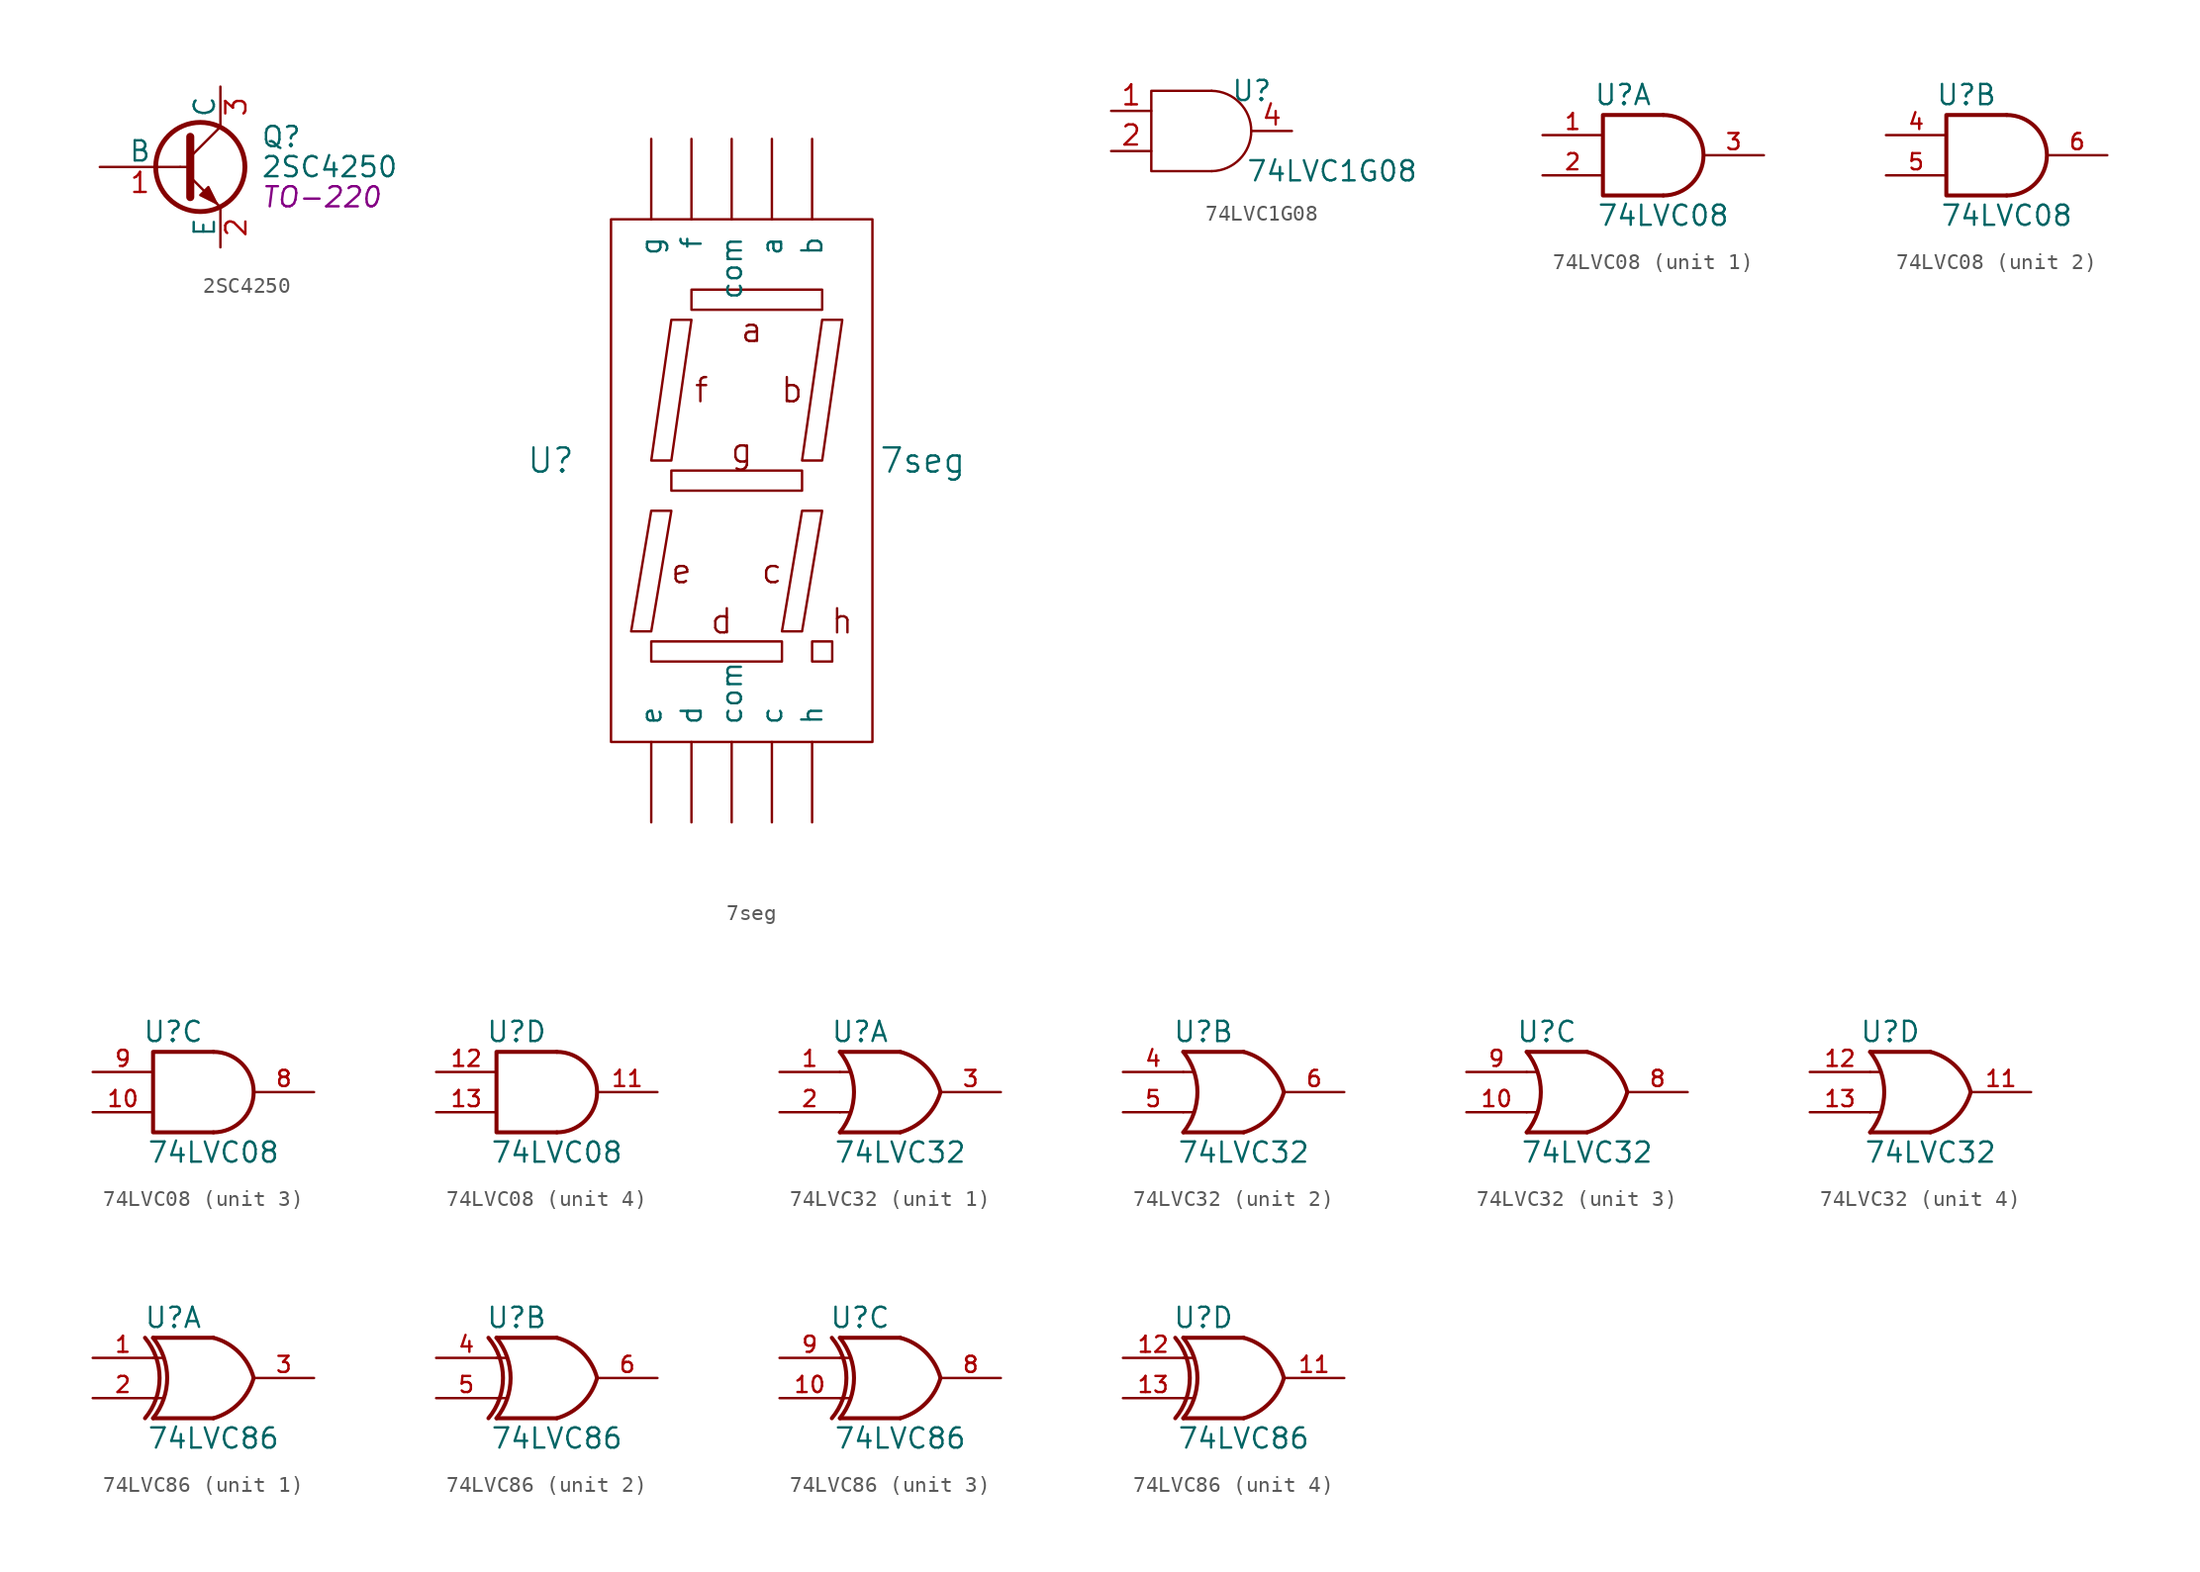
<source format=kicad_sym>
(kicad_symbol_lib
  (version 20231120)
  (generator "kicad_symbol_editor")
  (generator_version "8.0")
  (symbol "2SC4250"
    (pin_names
      (offset 0))
    (property "Reference" "Q"
      (at 5.08 1.905 0)
      (effects (font (size 1.27 1.27)) (justify left)))
    (property "Value" "2SC4250"
      (at 5.08 0 0)
      (effects (font (size 1.27 1.27)) (justify left)))
    (property "Footprint" "TO-220"
      (at 5.08 -1.905 0)
      (effects (font (size 1.27 1.27) (italic yes)) (justify left)))
    (property "Datasheet" ""
      (at 0 0 0)
      (effects (font (size 1.27 1.27)) (justify left)))
    (symbol "2SC4250_0_1"
      (polyline (pts (xy 0 0) (xy 0.635 0)) (stroke (width 0) (type default)) (fill (type none)))
      (polyline (pts (xy 2.54 2.54) (xy 0.635 0.635)) (stroke (width 0) (type default)) (fill (type none)))
      (polyline (pts (xy 0.635 1.905) (xy 0.635 -1.905) (xy 0.635 -1.905)) (stroke (width 0.508) (type default)) (fill (type none)))
      (polyline (pts (xy 2.286 -2.286) (xy 1.778 -1.778) (xy 1.778 -1.778)) (stroke (width 0) (type default)) (fill (type none)))
      (polyline (pts (xy 2.54 -2.54) (xy 0.635 -0.635) (xy 1.27 -1.27)) (stroke (width 0) (type default)) (fill (type outline)))
      (polyline (pts (xy 1.27 -1.778) (xy 1.778 -1.27) (xy 2.286 -2.286) (xy 1.27 -1.778) (xy 1.27 -1.778)) (stroke (width 0) (type default)) (fill (type outline)))
      (circle (center 1.27 0) (radius 2.819) (stroke (width 0.305) (type default)) (fill (type none))))
    (symbol "2SC4250_1_1"
      (pin input line (at -5.08 0 0) (length 5.08) (name "B" (effects (font (size 1.27 1.27)))) (number "1" (effects (font (size 1.27 1.27)))))
      (pin passive line (at 2.54 -5.08 90) (length 2.54) (name "E" (effects (font (size 1.27 1.27)))) (number "2" (effects (font (size 1.27 1.27)))))
      (pin passive line (at 2.54 5.08 270) (length 2.54) (name "C" (effects (font (size 1.27 1.27)))) (number "3" (effects (font (size 1.27 1.27)))))))
  (symbol "7seg"
    (pin_names
      (offset 1.016))
    (property "Reference" "U"
      (at -11.43 1.27 0)
      (effects (font (size 1.524 1.524))))
    (property "Value" "7seg"
      (at 12.065 1.27 0)
      (effects (font (size 1.524 1.524))))
    (property "Footprint" ""
      (at 0 0 0)
      (effects (font (size 1.524 1.524))))
    (property "Datasheet" ""
      (at 0 0 0)
      (effects (font (size 1.524 1.524))))
    (symbol "7seg_0_0"
      (text "a" (at 1.27 9.525 0) (effects (font (size 1.524 1.524))))
      (text "b" (at 3.81 5.715 0) (effects (font (size 1.524 1.524))))
      (text "c" (at 2.54 -5.715 0) (effects (font (size 1.524 1.524))))
      (text "d" (at -0.635 -8.89 0) (effects (font (size 1.524 1.524))))
      (text "e" (at -3.175 -5.715 0) (effects (font (size 1.524 1.524))))
      (text "f" (at -1.905 5.715 0) (effects (font (size 1.524 1.524))))
      (text "g" (at 0.635 1.905 0) (effects (font (size 1.524 1.524))))
      (text "h" (at 6.985 -8.89 0) (effects (font (size 1.524 1.524)))))
    (symbol "7seg_0_1"
      (rectangle (start -7.62 16.51) (end 8.89 -16.51) (stroke (width 0) (type default)) (fill (type none)))
      (polyline (pts (xy -5.08 -10.16) (xy -5.08 -11.43) (xy 3.175 -11.43) (xy 3.175 -10.16) (xy -5.08 -10.16)) (stroke (width 0) (type default)) (fill (type none)))
      (polyline (pts (xy -5.08 -1.905) (xy -3.81 -1.905) (xy -5.08 -9.525) (xy -6.35 -9.525) (xy -5.08 -1.905)) (stroke (width 0) (type default)) (fill (type none)))
      (polyline (pts (xy -5.08 1.27) (xy -3.81 1.27) (xy -2.54 10.16) (xy -3.81 10.16) (xy -5.08 1.27)) (stroke (width 0) (type default)) (fill (type none)))
      (polyline (pts (xy -3.81 0.635) (xy -3.81 -0.635) (xy 4.445 -0.635) (xy 4.445 0.635) (xy -3.81 0.635)) (stroke (width 0) (type default)) (fill (type none)))
      (polyline (pts (xy -2.54 12.065) (xy -2.54 10.795) (xy 5.715 10.795) (xy 5.715 12.065) (xy -2.54 12.065)) (stroke (width 0) (type default)) (fill (type none)))
      (polyline (pts (xy 4.445 -1.905) (xy 5.715 -1.905) (xy 4.445 -9.525) (xy 3.175 -9.525) (xy 4.445 -1.905)) (stroke (width 0) (type default)) (fill (type none)))
      (polyline (pts (xy 5.08 -10.16) (xy 5.08 -11.43) (xy 6.35 -11.43) (xy 6.35 -10.16) (xy 5.08 -10.16)) (stroke (width 0) (type default)) (fill (type none)))
      (polyline (pts (xy 5.715 10.16) (xy 6.985 10.16) (xy 5.715 1.27) (xy 4.445 1.27) (xy 5.715 10.16)) (stroke (width 0) (type default)) (fill (type none))))
    (symbol "7seg_1_1"
      (pin input line (at 2.54 21.59 270) (length 5.08) (name "a" (effects (font (size 1.27 1.27)))) (number "~" (effects (font (size 1.27 1.27)))))
      (pin input line (at 5.08 21.59 270) (length 5.08) (name "b" (effects (font (size 1.27 1.27)))) (number "~" (effects (font (size 1.27 1.27)))))
      (pin input line (at 2.54 -21.59 90) (length 5.08) (name "c" (effects (font (size 1.27 1.27)))) (number "~" (effects (font (size 1.27 1.27)))))
      (pin input line (at 0 -21.59 90) (length 5.08) (name "com" (effects (font (size 1.27 1.27)))) (number "~" (effects (font (size 1.27 1.27)))))
      (pin input line (at 0 21.59 270) (length 5.08) (name "com" (effects (font (size 1.27 1.27)))) (number "~" (effects (font (size 1.27 1.27)))))
      (pin input line (at -2.54 -21.59 90) (length 5.08) (name "d" (effects (font (size 1.27 1.27)))) (number "~" (effects (font (size 1.27 1.27)))))
      (pin input line (at -5.08 -21.59 90) (length 5.08) (name "e" (effects (font (size 1.27 1.27)))) (number "~" (effects (font (size 1.27 1.27)))))
      (pin input line (at -2.54 21.59 270) (length 5.08) (name "f" (effects (font (size 1.27 1.27)))) (number "~" (effects (font (size 1.27 1.27)))))
      (pin input line (at -5.08 21.59 270) (length 5.08) (name "g" (effects (font (size 1.27 1.27)))) (number "~" (effects (font (size 1.27 1.27)))))
      (pin input line (at 5.08 -21.59 90) (length 5.08) (name "h" (effects (font (size 1.27 1.27)))) (number "~" (effects (font (size 1.27 1.27)))))))
  (symbol "74LVC1G08"
    (property "Reference" "U"
      (at 2.54 2.54 0)
      (effects (font (size 1.27 1.27))))
    (property "Value" "74LVC1G08"
      (at 7.62 -2.54 0)
      (effects (font (size 1.27 1.27))))
    (symbol "74LVC1G08_0_1"
      (arc (start 0 -2.54) (mid 2.5083 0) (end 0 2.54) (stroke (width 0) (type default)) (fill (type none)))
      (polyline (pts (xy 0 2.54) (xy -3.81 2.54) (xy -3.81 -2.54) (xy 0 -2.54)) (stroke (width 0) (type default)) (fill (type none))))
    (symbol "74LVC1G08_1_1"
      (pin input line (at -6.35 1.27 0) (length 2.54) (name "" (effects (font (size 1.27 1.27)))) (number "1" (effects (font (size 1.27 1.27)))))
      (pin input line (at -6.35 -1.27 0) (length 2.54) (name "" (effects (font (size 1.27 1.27)))) (number "2" (effects (font (size 1.27 1.27)))))
      (pin power_in line (at 0 -2.54 270) (length 0) hide (name "GND" (effects (font (size 1.27 1.27)))) (number "3" (effects (font (size 1.27 1.27)))))
      (pin output line (at 5.08 0 180) (length 2.54) (name "" (effects (font (size 1.27 1.27)))) (number "4" (effects (font (size 1.27 1.27)))))
      (pin power_in line (at 0 2.54 90) (length 0) hide (name "VCC" (effects (font (size 1.27 1.27)))) (number "5" (effects (font (size 1.27 1.27)))))))
  (symbol "74LVC08"
    (pin_names
      (offset 1.016))
    (property "Reference" "U"
      (at -2.54 3.81 0)
      (effects (font (size 1.27 1.27))))
    (property "Value" "74LVC08"
      (at 0 -3.81 0)
      (effects (font (size 1.27 1.27))))
    (symbol "74LVC08_0_1"
      (arc (start 0 -2.54) (mid 2.529 0) (end 0 2.54) (stroke (width 0.254) (type default)) (fill (type none)))
      (polyline (pts (xy 0 -2.54) (xy -3.81 -2.54) (xy -3.81 2.54) (xy 0 2.54)) (stroke (width 0.254) (type default)) (fill (type none)))
      (pin power_in line (at 0 2.54 90) (length 0) hide (name "VCC" (effects (font (size 1.016 1.016)))) (number "14" (effects (font (size 1.016 1.016)))))
      (pin power_in line (at 0 -2.54 270) (length 0) hide (name "GND" (effects (font (size 1.016 1.016)))) (number "7" (effects (font (size 1.016 1.016))))))
    (symbol "74LVC08_1_1"
      (pin input line (at -7.62 1.27 0) (length 3.81) (name "~" (effects (font (size 1.016 1.016)))) (number "1" (effects (font (size 1.016 1.016)))))
      (pin input line (at -7.62 -1.27 0) (length 3.81) (name "~" (effects (font (size 1.016 1.016)))) (number "2" (effects (font (size 1.016 1.016)))))
      (pin output line (at 6.35 0 180) (length 3.81) (name "~" (effects (font (size 1.016 1.016)))) (number "3" (effects (font (size 1.016 1.016))))))
    (symbol "74LVC08_2_1"
      (pin input line (at -7.62 1.27 0) (length 3.81) (name "~" (effects (font (size 1.016 1.016)))) (number "4" (effects (font (size 1.016 1.016)))))
      (pin input line (at -7.62 -1.27 0) (length 3.81) (name "~" (effects (font (size 1.016 1.016)))) (number "5" (effects (font (size 1.016 1.016)))))
      (pin output line (at 6.35 0 180) (length 3.81) (name "~" (effects (font (size 1.016 1.016)))) (number "6" (effects (font (size 1.016 1.016))))))
    (symbol "74LVC08_3_1"
      (pin input line (at -7.62 -1.27 0) (length 3.81) (name "~" (effects (font (size 1.016 1.016)))) (number "10" (effects (font (size 1.016 1.016)))))
      (pin output line (at 6.35 0 180) (length 3.81) (name "~" (effects (font (size 1.016 1.016)))) (number "8" (effects (font (size 1.016 1.016)))))
      (pin input line (at -7.62 1.27 0) (length 3.81) (name "~" (effects (font (size 1.016 1.016)))) (number "9" (effects (font (size 1.016 1.016))))))
    (symbol "74LVC08_4_1"
      (pin output line (at 6.35 0 180) (length 3.81) (name "~" (effects (font (size 1.016 1.016)))) (number "11" (effects (font (size 1.016 1.016)))))
      (pin input line (at -7.62 1.27 0) (length 3.81) (name "~" (effects (font (size 1.016 1.016)))) (number "12" (effects (font (size 1.016 1.016)))))
      (pin input line (at -7.62 -1.27 0) (length 3.81) (name "~" (effects (font (size 1.016 1.016)))) (number "13" (effects (font (size 1.016 1.016)))))))
  (symbol "74LVC32"
    (pin_names
      (offset 1.016))
    (property "Reference" "U"
      (at -2.54 3.81 0)
      (effects (font (size 1.27 1.27))))
    (property "Value" "74LVC32"
      (at 0 -3.81 0)
      (effects (font (size 1.27 1.27))))
    (symbol "74LVC32_0_1"
      (arc (start -3.81 -2.54) (mid -2.919 0) (end -3.81 2.54) (stroke (width 0.254) (type default)) (fill (type none)))
      (arc (start 0 -2.54) (mid 1.5993 -1.6027) (end 2.54 0) (stroke (width 0.254) (type default)) (fill (type none)))
      (polyline (pts (xy -3.81 -1.27) (xy -3.175 -1.27)) (stroke (width 0) (type default)) (fill (type none)))
      (polyline (pts (xy -3.81 1.27) (xy -3.175 1.27)) (stroke (width 0) (type default)) (fill (type none)))
      (polyline (pts (xy 0 -2.54) (xy -3.81 -2.54)) (stroke (width 0.254) (type default)) (fill (type background)))
      (polyline (pts (xy 0 2.54) (xy -3.81 2.54)) (stroke (width 0.254) (type default)) (fill (type background)))
      (arc (start 2.54 0) (mid 1.6119 1.6152) (end 0 2.54) (stroke (width 0.254) (type default)) (fill (type none)))
      (pin power_in line (at 0 2.54 90) (length 0) hide (name "VCC" (effects (font (size 1.016 1.016)))) (number "14" (effects (font (size 1.016 1.016)))))
      (pin power_in line (at 0 -2.54 270) (length 0) hide (name "GND" (effects (font (size 1.016 1.016)))) (number "7" (effects (font (size 1.016 1.016))))))
    (symbol "74LVC32_1_1"
      (pin input line (at -7.62 1.27 0) (length 3.81) (name "~" (effects (font (size 1.016 1.016)))) (number "1" (effects (font (size 1.016 1.016)))))
      (pin input line (at -7.62 -1.27 0) (length 3.81) (name "~" (effects (font (size 1.016 1.016)))) (number "2" (effects (font (size 1.016 1.016)))))
      (pin output line (at 6.35 0 180) (length 3.81) (name "~" (effects (font (size 1.016 1.016)))) (number "3" (effects (font (size 1.016 1.016))))))
    (symbol "74LVC32_2_1"
      (pin input line (at -7.62 1.27 0) (length 3.81) (name "~" (effects (font (size 1.016 1.016)))) (number "4" (effects (font (size 1.016 1.016)))))
      (pin input line (at -7.62 -1.27 0) (length 3.81) (name "~" (effects (font (size 1.016 1.016)))) (number "5" (effects (font (size 1.016 1.016)))))
      (pin output line (at 6.35 0 180) (length 3.81) (name "~" (effects (font (size 1.016 1.016)))) (number "6" (effects (font (size 1.016 1.016))))))
    (symbol "74LVC32_3_1"
      (pin input line (at -7.62 -1.27 0) (length 3.81) (name "~" (effects (font (size 1.016 1.016)))) (number "10" (effects (font (size 1.016 1.016)))))
      (pin output line (at 6.35 0 180) (length 3.81) (name "~" (effects (font (size 1.016 1.016)))) (number "8" (effects (font (size 1.016 1.016)))))
      (pin input line (at -7.62 1.27 0) (length 3.81) (name "~" (effects (font (size 1.016 1.016)))) (number "9" (effects (font (size 1.016 1.016))))))
    (symbol "74LVC32_4_1"
      (pin output line (at 6.35 0 180) (length 3.81) (name "~" (effects (font (size 1.016 1.016)))) (number "11" (effects (font (size 1.016 1.016)))))
      (pin input line (at -7.62 1.27 0) (length 3.81) (name "~" (effects (font (size 1.016 1.016)))) (number "12" (effects (font (size 1.016 1.016)))))
      (pin input line (at -7.62 -1.27 0) (length 3.81) (name "~" (effects (font (size 1.016 1.016)))) (number "13" (effects (font (size 1.016 1.016)))))))
  (symbol "74LVC86"
    (pin_names
      (offset 1.016))
    (property "Reference" "U"
      (at -2.54 3.81 0)
      (effects (font (size 1.27 1.27))))
    (property "Value" "74LVC86"
      (at 0 -3.81 0)
      (effects (font (size 1.27 1.27))))
    (symbol "74LVC86_0_1"
      (arc (start -4.318 -2.54) (mid -3.3984 0) (end -4.318 2.54) (stroke (width 0.254) (type default)) (fill (type none)))
      (arc (start -3.81 -2.54) (mid -2.919 0) (end -3.81 2.54) (stroke (width 0.254) (type default)) (fill (type none)))
      (arc (start 0 -2.54) (mid 1.5993 -1.6027) (end 2.54 0) (stroke (width 0.254) (type default)) (fill (type none)))
      (polyline (pts (xy -3.81 -1.27) (xy -3.175 -1.27)) (stroke (width 0) (type default)) (fill (type none)))
      (polyline (pts (xy -3.81 1.27) (xy -3.175 1.27)) (stroke (width 0) (type default)) (fill (type none)))
      (polyline (pts (xy 0 -2.54) (xy -3.81 -2.54)) (stroke (width 0.254) (type default)) (fill (type background)))
      (polyline (pts (xy 0 2.54) (xy -3.81 2.54)) (stroke (width 0.254) (type default)) (fill (type background)))
      (arc (start 2.54 0) (mid 1.6119 1.6152) (end 0 2.54) (stroke (width 0.254) (type default)) (fill (type none)))
      (pin power_in line (at 0 2.54 90) (length 0) hide (name "VCC" (effects (font (size 1.016 1.016)))) (number "14" (effects (font (size 1.016 1.016)))))
      (pin power_in line (at 0 -2.54 270) (length 0) hide (name "GND" (effects (font (size 1.016 1.016)))) (number "7" (effects (font (size 1.016 1.016))))))
    (symbol "74LVC86_1_1"
      (pin input line (at -7.62 1.27 0) (length 3.81) (name "~" (effects (font (size 1.016 1.016)))) (number "1" (effects (font (size 1.016 1.016)))))
      (pin input line (at -7.62 -1.27 0) (length 3.81) (name "~" (effects (font (size 1.016 1.016)))) (number "2" (effects (font (size 1.016 1.016)))))
      (pin output line (at 6.35 0 180) (length 3.81) (name "~" (effects (font (size 1.016 1.016)))) (number "3" (effects (font (size 1.016 1.016))))))
    (symbol "74LVC86_2_1"
      (pin input line (at -7.62 1.27 0) (length 3.81) (name "~" (effects (font (size 1.016 1.016)))) (number "4" (effects (font (size 1.016 1.016)))))
      (pin input line (at -7.62 -1.27 0) (length 3.81) (name "~" (effects (font (size 1.016 1.016)))) (number "5" (effects (font (size 1.016 1.016)))))
      (pin output line (at 6.35 0 180) (length 3.81) (name "~" (effects (font (size 1.016 1.016)))) (number "6" (effects (font (size 1.016 1.016))))))
    (symbol "74LVC86_3_1"
      (pin input line (at -7.62 -1.27 0) (length 3.81) (name "~" (effects (font (size 1.016 1.016)))) (number "10" (effects (font (size 1.016 1.016)))))
      (pin output line (at 6.35 0 180) (length 3.81) (name "~" (effects (font (size 1.016 1.016)))) (number "8" (effects (font (size 1.016 1.016)))))
      (pin input line (at -7.62 1.27 0) (length 3.81) (name "~" (effects (font (size 1.016 1.016)))) (number "9" (effects (font (size 1.016 1.016))))))
    (symbol "74LVC86_4_1"
      (pin output line (at 6.35 0 180) (length 3.81) (name "~" (effects (font (size 1.016 1.016)))) (number "11" (effects (font (size 1.016 1.016)))))
      (pin input line (at -7.62 1.27 0) (length 3.81) (name "~" (effects (font (size 1.016 1.016)))) (number "12" (effects (font (size 1.016 1.016)))))
      (pin input line (at -7.62 -1.27 0) (length 3.81) (name "~" (effects (font (size 1.016 1.016)))) (number "13" (effects (font (size 1.016 1.016))))))))
</source>
